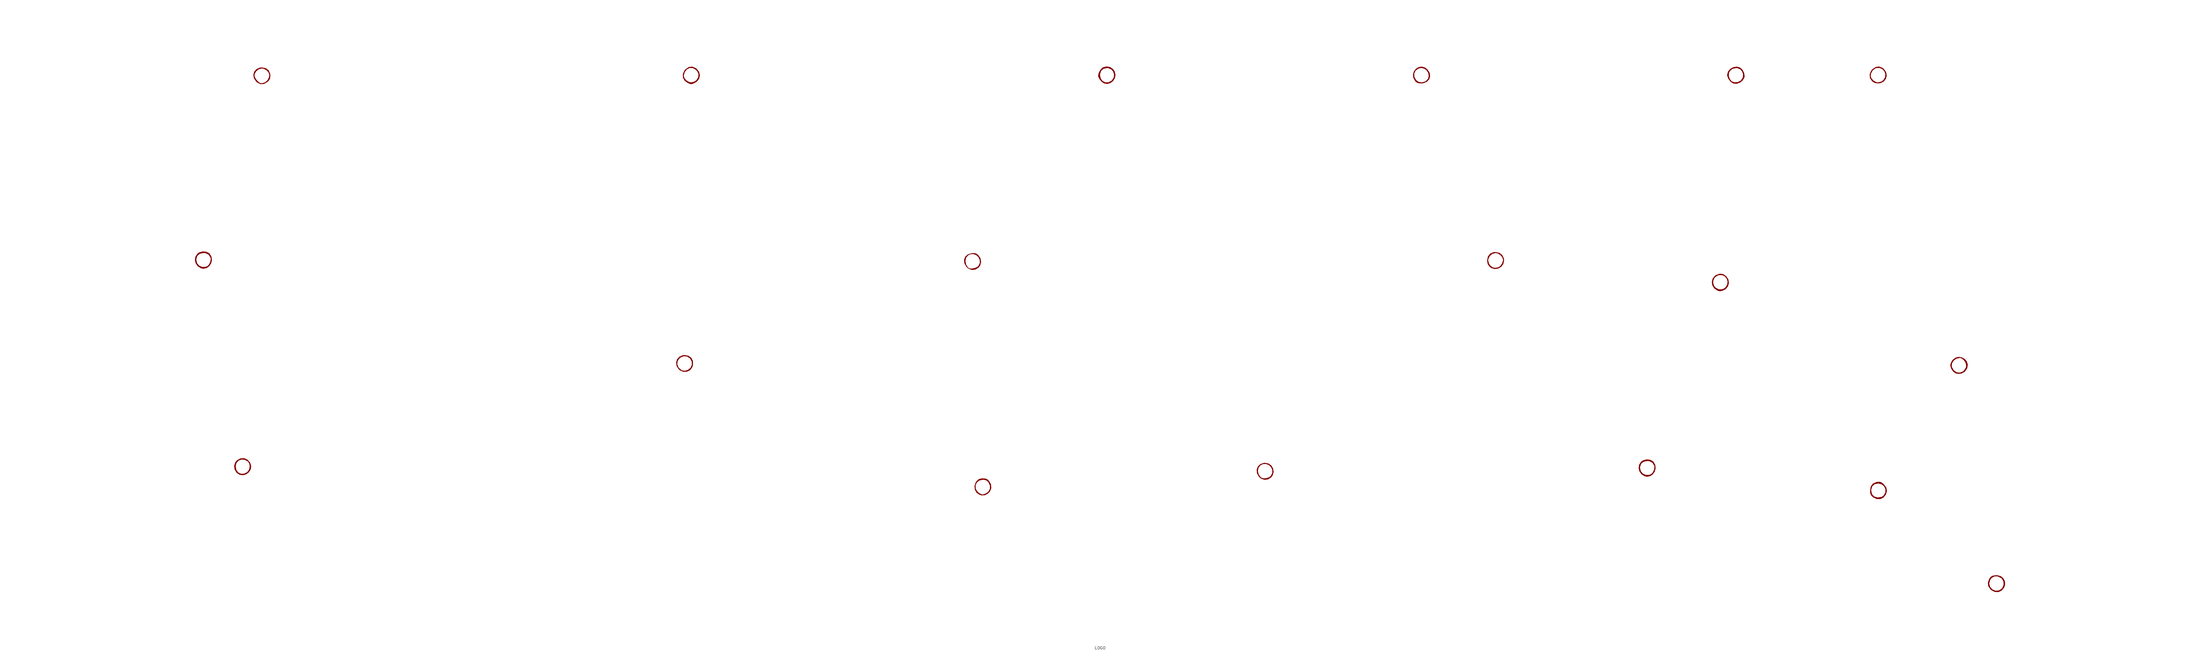
<source format=kicad_sym>
(kicad_symbol_lib
  (version 20210619)
  (generator bitmap2component)
  (symbol "LOGO"
    (pin_names
      (offset 1.016))
    (property "Reference" "#G"
      (at 0 92.048 0)
      (effects (font (size 1.27 1.27)) hide))
    (symbol "LOGO_0_0"
      (polyline (pts (xy 258.825 -81.947) (xy 259.542 -81.058) (xy 259.79 -80.304) (xy 259.731 -79.289) (xy 259.278 -78.408) (xy 258.505 -77.786) (xy 257.488 -77.551) (xy 257.141 -77.556) (xy 256.236 -77.676) (xy 255.646 -78.015) (xy 255.206 -78.651) (xy 254.847 -79.706) (xy 254.875 -79.948) (xy 255.208 -79.948) (xy 255.47 -78.933) (xy 255.929 -78.312) (xy 256.752 -77.857) (xy 257.708 -77.874) (xy 258.692 -78.381) (xy 258.946 -78.626) (xy 259.358 -79.468) (xy 259.358 -80.424) (xy 258.931 -81.303) (xy 258.812 -81.435) (xy 257.973 -81.955) (xy 257.017 -82.026) (xy 256.12 -81.63) (xy 255.47 -80.899) (xy 255.208 -79.948) (xy 254.875 -79.948) (xy 254.963 -80.704) (xy 255.601 -81.625) (xy 255.88 -81.874) (xy 256.876 -82.372) (xy 257.897 -82.391) (xy 258.825 -81.947)) (stroke (width 0.01)) (fill (type outline)))
      (polyline (pts (xy 224.763 -55.122) (xy 225.451 -54.234) (xy 225.736 -53.2) (xy 225.521 -52.195) (xy 224.773 -51.244) (xy 224.276 -50.834) (xy 223.693 -50.593) (xy 222.972 -50.627) (xy 222.653 -50.691) (xy 221.666 -51.15) (xy 221.087 -51.955) (xy 220.904 -53.097) (xy 221.196 -53.097) (xy 221.203 -52.892) (xy 221.492 -51.913) (xy 222.17 -51.289) (xy 223.19 -51.07) (xy 223.333 -51.074) (xy 224.286 -51.349) (xy 224.971 -51.96) (xy 225.326 -52.781) (xy 225.291 -53.681) (xy 224.806 -54.532) (xy 224.232 -54.944) (xy 223.227 -55.123) (xy 223 -55.115) (xy 222.025 -54.822) (xy 221.41 -54.135) (xy 221.196 -53.097) (xy 220.904 -53.097) (xy 220.899 -53.13) (xy 220.95 -53.928) (xy 221.185 -54.5) (xy 221.709 -55.013) (xy 221.782 -55.069) (xy 222.811 -55.564) (xy 223.845 -55.573) (xy 224.763 -55.122)) (stroke (width 0.01)) (fill (type outline)))
      (polyline (pts (xy -34.203 -54.45) (xy -33.257 -53.883) (xy -32.805 -53.39) (xy -32.418 -52.411) (xy -32.505 -51.355) (xy -33.074 -50.346) (xy -33.46 -49.958) (xy -34.039 -49.675) (xy -34.884 -49.622) (xy -35.435 -49.663) (xy -36.11 -49.894) (xy -36.666 -50.429) (xy -36.912 -50.795) (xy -37.172 -51.61) (xy -36.951 -51.61) (xy -36.581 -50.792) (xy -35.861 -50.211) (xy -34.858 -49.989) (xy -34.584 -49.997) (xy -33.83 -50.182) (xy -33.256 -50.701) (xy -33.202 -50.773) (xy -32.78 -51.722) (xy -32.818 -52.673) (xy -33.278 -53.488) (xy -34.124 -54.029) (xy -34.169 -54.045) (xy -34.722 -54.229) (xy -34.965 -54.296) (xy -35.111 -54.233) (xy -35.572 -54.045) (xy -36.045 -53.75) (xy -36.585 -53.191) (xy -36.903 -52.54) (xy -36.951 -51.61) (xy -37.172 -51.61) (xy -37.238 -51.815) (xy -37.147 -52.839) (xy -36.672 -53.721) (xy -35.842 -54.315) (xy -35.173 -54.514) (xy -34.203 -54.45)) (stroke (width 0.01)) (fill (type outline)))
      (polyline (pts (xy 47.327 -49.905) (xy 48.245 -49.326) (xy 48.68 -48.742) (xy 48.954 -47.772) (xy 48.82 -46.8) (xy 48.333 -45.952) (xy 47.543 -45.355) (xy 46.505 -45.134) (xy 46.099 -45.164) (xy 45.092 -45.532) (xy 44.403 -46.226) (xy 44.083 -47.137) (xy 44.111 -47.422) (xy 44.42 -47.422) (xy 44.615 -46.51) (xy 45.207 -45.801) (xy 45.88 -45.479) (xy 46.778 -45.439) (xy 47.587 -45.765) (xy 48.219 -46.366) (xy 48.585 -47.148) (xy 48.597 -48.019) (xy 48.165 -48.887) (xy 47.707 -49.257) (xy 46.887 -49.56) (xy 46.031 -49.617) (xy 45.372 -49.387) (xy 45.194 -49.23) (xy 44.615 -48.38) (xy 44.42 -47.422) (xy 44.111 -47.422) (xy 44.181 -48.151) (xy 44.744 -49.158) (xy 45.317 -49.662) (xy 46.301 -50.014) (xy 47.327 -49.905)) (stroke (width 0.01)) (fill (type outline)))
      (polyline (pts (xy 157.533 -48.946) (xy 158.29 -48.407) (xy 158.821 -47.617) (xy 159.063 -46.68) (xy 158.951 -45.703) (xy 158.422 -44.793) (xy 158.285 -44.659) (xy 157.443 -44.234) (xy 156.418 -44.146) (xy 155.428 -44.421) (xy 154.869 -44.82) (xy 154.33 -45.647) (xy 154.186 -46.561) (xy 154.562 -46.561) (xy 154.573 -46.314) (xy 154.892 -45.386) (xy 155.612 -44.793) (xy 156.681 -44.585) (xy 157.331 -44.655) (xy 158.164 -45.104) (xy 158.697 -45.996) (xy 158.75 -46.307) (xy 158.627 -47.097) (xy 158.275 -47.874) (xy 157.794 -48.374) (xy 157.251 -48.588) (xy 156.261 -48.625) (xy 155.4 -48.253) (xy 154.792 -47.541) (xy 154.562 -46.561) (xy 154.186 -46.561) (xy 154.179 -46.608) (xy 154.401 -47.573) (xy 154.984 -48.41) (xy 155.913 -48.987) (xy 156.613 -49.127) (xy 157.533 -48.946)) (stroke (width 0.01)) (fill (type outline)))
      (polyline (pts (xy -247.164 -48.413) (xy -246.416 -47.857) (xy -245.908 -47.081) (xy -245.741 -46.156) (xy -246.014 -45.153) (xy -246.087 -45.021) (xy -246.843 -44.182) (xy -247.805 -43.787) (xy -248.851 -43.859) (xy -249.858 -44.421) (xy -250.328 -44.991) (xy -250.635 -45.976) (xy -250.615 -46.141) (xy -250.217 -46.141) (xy -250.213 -46.009) (xy -249.939 -45.084) (xy -249.32 -44.449) (xy -248.482 -44.152) (xy -247.551 -44.241) (xy -246.655 -44.765) (xy -246.281 -45.321) (xy -246.141 -46.202) (xy -246.344 -47.1) (xy -246.876 -47.808) (xy -247.692 -48.244) (xy -248.626 -48.304) (xy -249.434 -47.936) (xy -250.002 -47.196) (xy -250.217 -46.141) (xy -250.615 -46.141) (xy -250.514 -47.017) (xy -249.961 -47.948) (xy -249.852 -48.057) (xy -248.982 -48.584) (xy -248.053 -48.679) (xy -247.164 -48.413)) (stroke (width 0.01)) (fill (type outline)))
      (polyline (pts (xy 247.279 -19.344) (xy 248.221 -18.817) (xy 248.862 -17.845) (xy 248.889 -17.776) (xy 249.039 -16.773) (xy 248.765 -15.89) (xy 248.17 -15.188) (xy 247.361 -14.729) (xy 246.443 -14.574) (xy 245.521 -14.785) (xy 244.702 -15.423) (xy 244.636 -15.505) (xy 244.183 -16.285) (xy 244.002 -17.023) (xy 244.005 -17.1) (xy 244.043 -17.231) (xy 244.392 -17.231) (xy 244.5 -16.384) (xy 244.997 -15.623) (xy 245.777 -15.073) (xy 246.729 -14.862) (xy 247.198 -14.973) (xy 247.875 -15.471) (xy 248.391 -16.212) (xy 248.596 -17.023) (xy 248.485 -17.651) (xy 247.933 -18.522) (xy 247.589 -18.806) (xy 246.698 -19.137) (xy 245.799 -19.007) (xy 245.013 -18.451) (xy 244.459 -17.504) (xy 244.392 -17.231) (xy 244.043 -17.231) (xy 244.226 -17.86) (xy 244.702 -18.624) (xy 244.947 -18.895) (xy 245.585 -19.337) (xy 246.398 -19.455) (xy 247.279 -19.344)) (stroke (width 0.01)) (fill (type outline)))
      (polyline (pts (xy -120.145 -18.83) (xy -119.266 -18.421) (xy -118.653 -17.657) (xy -118.398 -16.858) (xy -118.416 -15.77) (xy -118.857 -14.877) (xy -119.665 -14.273) (xy -120.785 -14.051) (xy -121.4 -14.116) (xy -122.35 -14.546) (xy -122.982 -15.281) (xy -123.248 -16.206) (xy -123.174 -16.703) (xy -122.933 -16.703) (xy -122.85 -15.867) (xy -122.433 -15.144) (xy -121.776 -14.614) (xy -120.971 -14.358) (xy -120.11 -14.454) (xy -119.287 -14.985) (xy -119.212 -15.063) (xy -118.739 -15.931) (xy -118.712 -16.873) (xy -119.102 -17.73) (xy -119.882 -18.345) (xy -120.754 -18.596) (xy -121.659 -18.428) (xy -122.468 -17.734) (xy -122.589 -17.572) (xy -122.933 -16.703) (xy -123.174 -16.703) (xy -123.101 -17.203) (xy -122.491 -18.157) (xy -122.081 -18.497) (xy -121.136 -18.862) (xy -120.145 -18.83)) (stroke (width 0.01)) (fill (type outline)))
      (polyline (pts (xy 177.917 4.408) (xy 178.578 4.623) (xy 179.258 4.987) (xy 179.913 5.769) (xy 180.181 6.736) (xy 180.035 7.749) (xy 179.442 8.668) (xy 179.442 8.668) (xy 178.514 9.308) (xy 177.522 9.417) (xy 176.431 8.998) (xy 176.144 8.801) (xy 175.505 7.999) (xy 175.27 7.038) (xy 175.298 6.858) (xy 175.638 6.858) (xy 175.691 7.46) (xy 176.095 8.325) (xy 176.929 8.892) (xy 177.299 9.013) (xy 178.243 9.023) (xy 179.024 8.644) (xy 179.572 7.984) (xy 179.821 7.151) (xy 179.701 6.253) (xy 179.144 5.397) (xy 179.007 5.274) (xy 178.185 4.896) (xy 177.29 4.926) (xy 176.47 5.304) (xy 175.871 5.968) (xy 175.638 6.858) (xy 175.298 6.858) (xy 175.425 6.056) (xy 175.958 5.191) (xy 176.854 4.579) (xy 177.072 4.491) (xy 177.502 4.366) (xy 177.917 4.408)) (stroke (width 0.01)) (fill (type outline)))
      (polyline (pts (xy -36.98 10.623) (xy -36.061 11.201) (xy -35.627 11.804) (xy -35.364 12.829) (xy -35.537 13.874) (xy -36.141 14.767) (xy -36.65 15.168) (xy -37.237 15.356) (xy -38.078 15.322) (xy -38.085 15.321) (xy -39.187 14.977) (xy -39.924 14.306) (xy -40.258 13.412) (xy -40.222 13.069) (xy -39.885 13.069) (xy -39.684 14.014) (xy -39.099 14.726) (xy -38.426 15.049) (xy -37.529 15.089) (xy -36.72 14.762) (xy -36.088 14.162) (xy -35.721 13.38) (xy -35.71 12.508) (xy -36.141 11.641) (xy -36.424 11.394) (xy -37.212 11.041) (xy -38.11 10.88) (xy -38.849 10.977) (xy -38.864 10.984) (xy -39.225 11.334) (xy -39.609 11.934) (xy -39.673 12.066) (xy -39.885 13.069) (xy -40.222 13.069) (xy -40.151 12.398) (xy -39.562 11.37) (xy -38.989 10.866) (xy -38.005 10.513) (xy -36.98 10.623)) (stroke (width 0.01)) (fill (type outline)))
      (polyline (pts (xy -258.595 11.041) (xy -257.837 11.58) (xy -257.306 12.371) (xy -257.065 13.307) (xy -257.177 14.284) (xy -257.706 15.194) (xy -257.843 15.328) (xy -258.685 15.753) (xy -259.709 15.841) (xy -260.7 15.566) (xy -261.258 15.167) (xy -261.798 14.34) (xy -261.942 13.427) (xy -261.566 13.427) (xy -261.555 13.673) (xy -261.235 14.602) (xy -260.515 15.194) (xy -259.446 15.402) (xy -258.797 15.332) (xy -257.964 14.883) (xy -257.43 13.991) (xy -257.377 13.68) (xy -257.501 12.89) (xy -257.853 12.114) (xy -258.334 11.613) (xy -258.877 11.399) (xy -259.866 11.362) (xy -260.728 11.735) (xy -261.336 12.446) (xy -261.566 13.427) (xy -261.942 13.427) (xy -261.949 13.379) (xy -261.726 12.414) (xy -261.144 11.577) (xy -260.215 11) (xy -259.515 10.86) (xy -258.595 11.041)) (stroke (width 0.01)) (fill (type outline)))
      (polyline (pts (xy 113.697 10.915) (xy 114.548 11.408) (xy 115.151 12.201) (xy 115.381 13.24) (xy 115.316 13.833) (xy 114.851 14.796) (xy 114.016 15.439) (xy 112.9 15.672) (xy 112.333 15.622) (xy 111.358 15.197) (xy 110.736 14.386) (xy 110.517 13.24) (xy 110.787 13.24) (xy 110.833 13.644) (xy 111.259 14.522) (xy 112.014 15.157) (xy 112.95 15.402) (xy 113.514 15.29) (xy 114.284 14.834) (xy 114.875 14.171) (xy 115.111 13.458) (xy 115.088 13.19) (xy 114.803 12.361) (xy 114.296 11.644) (xy 113.703 11.252) (xy 112.871 11.101) (xy 112.128 11.232) (xy 111.451 11.742) (xy 111.04 12.292) (xy 110.787 13.24) (xy 110.517 13.24) (xy 110.518 13.153) (xy 110.677 12.204) (xy 111.18 11.472) (xy 111.758 11.043) (xy 112.725 10.776) (xy 113.697 10.915)) (stroke (width 0.01)) (fill (type outline)))
      (polyline (pts (xy -242.067 64.148) (xy -241.05 64.74) (xy -240.714 65.05) (xy -240.32 65.672) (xy -240.219 66.509) (xy -240.27 67.084) (xy -240.694 68.063) (xy -241.504 68.686) (xy -242.651 68.904) (xy -243.29 68.837) (xy -244.239 68.407) (xy -244.86 67.678) (xy -245.106 66.764) (xy -245.077 66.599) (xy -244.813 66.599) (xy -244.741 67.042) (xy -244.279 67.824) (xy -243.528 68.406) (xy -242.651 68.634) (xy -242.108 68.538) (xy -241.324 68.108) (xy -240.727 67.468) (xy -240.489 66.767) (xy -240.591 66.089) (xy -241.045 65.195) (xy -241.748 64.611) (xy -242.265 64.419) (xy -242.82 64.311) (xy -242.952 64.327) (xy -243.54 64.65) (xy -244.146 65.251) (xy -244.621 65.959) (xy -244.813 66.599) (xy -245.077 66.599) (xy -244.933 65.776) (xy -244.293 64.83) (xy -244.015 64.579) (xy -243.06 64.095) (xy -242.067 64.148)) (stroke (width 0.01)) (fill (type outline)))
      (polyline (pts (xy -118.578 64.165) (xy -117.961 64.423) (xy -117.266 64.843) (xy -116.632 65.66) (xy -116.411 66.627) (xy -116.624 67.61) (xy -117.293 68.475) (xy -117.601 68.71) (xy -118.612 69.139) (xy -119.595 69.031) (xy -120.536 68.385) (xy -120.893 67.957) (xy -121.313 66.96) (xy -121.291 66.447) (xy -121.055 66.447) (xy -121.048 66.639) (xy -120.768 67.593) (xy -120.174 68.334) (xy -119.387 68.755) (xy -118.525 68.746) (xy -117.946 68.504) (xy -117.173 67.844) (xy -116.799 67.002) (xy -116.86 66.096) (xy -117.395 65.244) (xy -117.945 64.833) (xy -118.894 64.581) (xy -119.437 64.677) (xy -120.221 65.107) (xy -120.818 65.747) (xy -121.055 66.447) (xy -121.291 66.447) (xy -121.271 65.96) (xy -120.789 65.077) (xy -119.886 64.434) (xy -119.326 64.19) (xy -118.946 64.087) (xy -118.578 64.165)) (stroke (width 0.01)) (fill (type outline)))
      (polyline (pts (xy 1.923 64.408) (xy 2.692 64.999) (xy 3.208 65.83) (xy 3.382 66.797) (xy 3.122 67.796) (xy 2.72 68.379) (xy 1.837 69.012) (xy 0.791 69.199) (xy -0.285 68.896) (xy -0.458 68.781) (xy -1.009 68.148) (xy -1.444 67.31) (xy -1.581 66.701) (xy -1.081 66.701) (xy -1.069 66.978) (xy -0.765 67.941) (xy -0.069 68.538) (xy 0.994 68.742) (xy 1.263 68.725) (xy 2.125 68.388) (xy 2.717 67.725) (xy 2.986 66.876) (xy 2.88 65.977) (xy 2.347 65.168) (xy 2.295 65.12) (xy 1.407 64.623) (xy 0.503 64.588) (xy -0.295 64.959) (xy -0.864 65.681) (xy -1.081 66.701) (xy -1.581 66.701) (xy -1.621 66.522) (xy -1.55 66.163) (xy -1.153 65.435) (xy -0.548 64.749) (xy 0.105 64.312) (xy 0.992 64.16) (xy 1.923 64.408)) (stroke (width 0.01)) (fill (type outline)))
      (polyline (pts (xy 183.412 64.553) (xy 184.208 65.209) (xy 184.672 66.09) (xy 184.716 66.42) (xy 184.552 67.36) (xy 184.078 68.256) (xy 183.403 68.871) (xy 182.454 69.127) (xy 181.452 68.974) (xy 180.566 68.472) (xy 179.933 67.702) (xy 179.691 66.743) (xy 179.711 66.523) (xy 180.139 66.523) (xy 180.21 67.362) (xy 180.488 67.898) (xy 181.237 68.532) (xy 182.319 68.742) (xy 182.588 68.724) (xy 183.444 68.386) (xy 184.031 67.722) (xy 184.297 66.872) (xy 184.191 65.975) (xy 183.66 65.168) (xy 183.562 65.083) (xy 182.719 64.672) (xy 181.777 64.61) (xy 180.971 64.919) (xy 180.958 64.929) (xy 180.415 65.624) (xy 180.139 66.523) (xy 179.711 66.523) (xy 179.713 66.504) (xy 180.048 65.634) (xy 180.669 64.829) (xy 181.418 64.312) (xy 181.493 64.284) (xy 182.451 64.214) (xy 183.412 64.553)) (stroke (width 0.01)) (fill (type outline)))
      (polyline (pts (xy 92.196 64.383) (xy 93.175 64.813) (xy 93.816 65.535) (xy 94.071 66.443) (xy 93.896 67.428) (xy 93.244 68.385) (xy 92.571 68.888) (xy 91.651 69.142) (xy 90.769 69) (xy 90.005 68.539) (xy 89.44 67.834) (xy 89.223 67.177) (xy 89.478 67.177) (xy 89.89 68.015) (xy 90.731 68.609) (xy 91.537 68.773) (xy 92.386 68.572) (xy 93.071 68.053) (xy 93.526 67.325) (xy 93.689 66.498) (xy 93.492 65.682) (xy 92.872 64.987) (xy 92.667 64.859) (xy 91.705 64.578) (xy 90.757 64.729) (xy 90 65.293) (xy 89.52 66.214) (xy 89.478 67.177) (xy 89.223 67.177) (xy 89.152 66.962) (xy 89.222 65.999) (xy 89.73 65.023) (xy 90.081 64.649) (xy 90.641 64.38) (xy 91.499 64.311) (xy 92.196 64.383)) (stroke (width 0.01)) (fill (type outline)))
      (polyline (pts (xy 223.916 64.402) (xy 224.833 64.869) (xy 225.436 65.626) (xy 225.674 66.554) (xy 225.502 67.534) (xy 224.87 68.448) (xy 224.494 68.759) (xy 223.511 69.164) (xy 222.512 69.039) (xy 221.554 68.385) (xy 221.164 67.91) (xy 220.768 66.903) (xy 220.806 66.447) (xy 221.034 66.447) (xy 221.138 67.141) (xy 221.624 68.051) (xy 222.4 68.64) (xy 222.694 68.741) (xy 223.64 68.774) (xy 224.44 68.415) (xy 225.02 67.772) (xy 225.305 66.956) (xy 225.221 66.077) (xy 224.694 65.244) (xy 224.144 64.833) (xy 223.196 64.581) (xy 222.653 64.677) (xy 221.869 65.107) (xy 221.272 65.747) (xy 221.034 66.447) (xy 220.806 66.447) (xy 220.854 65.885) (xy 221.427 64.974) (xy 221.48 64.922) (xy 222.22 64.448) (xy 223.196 64.311) (xy 223.916 64.402)) (stroke (width 0.01)) (fill (type outline))))))
</source>
